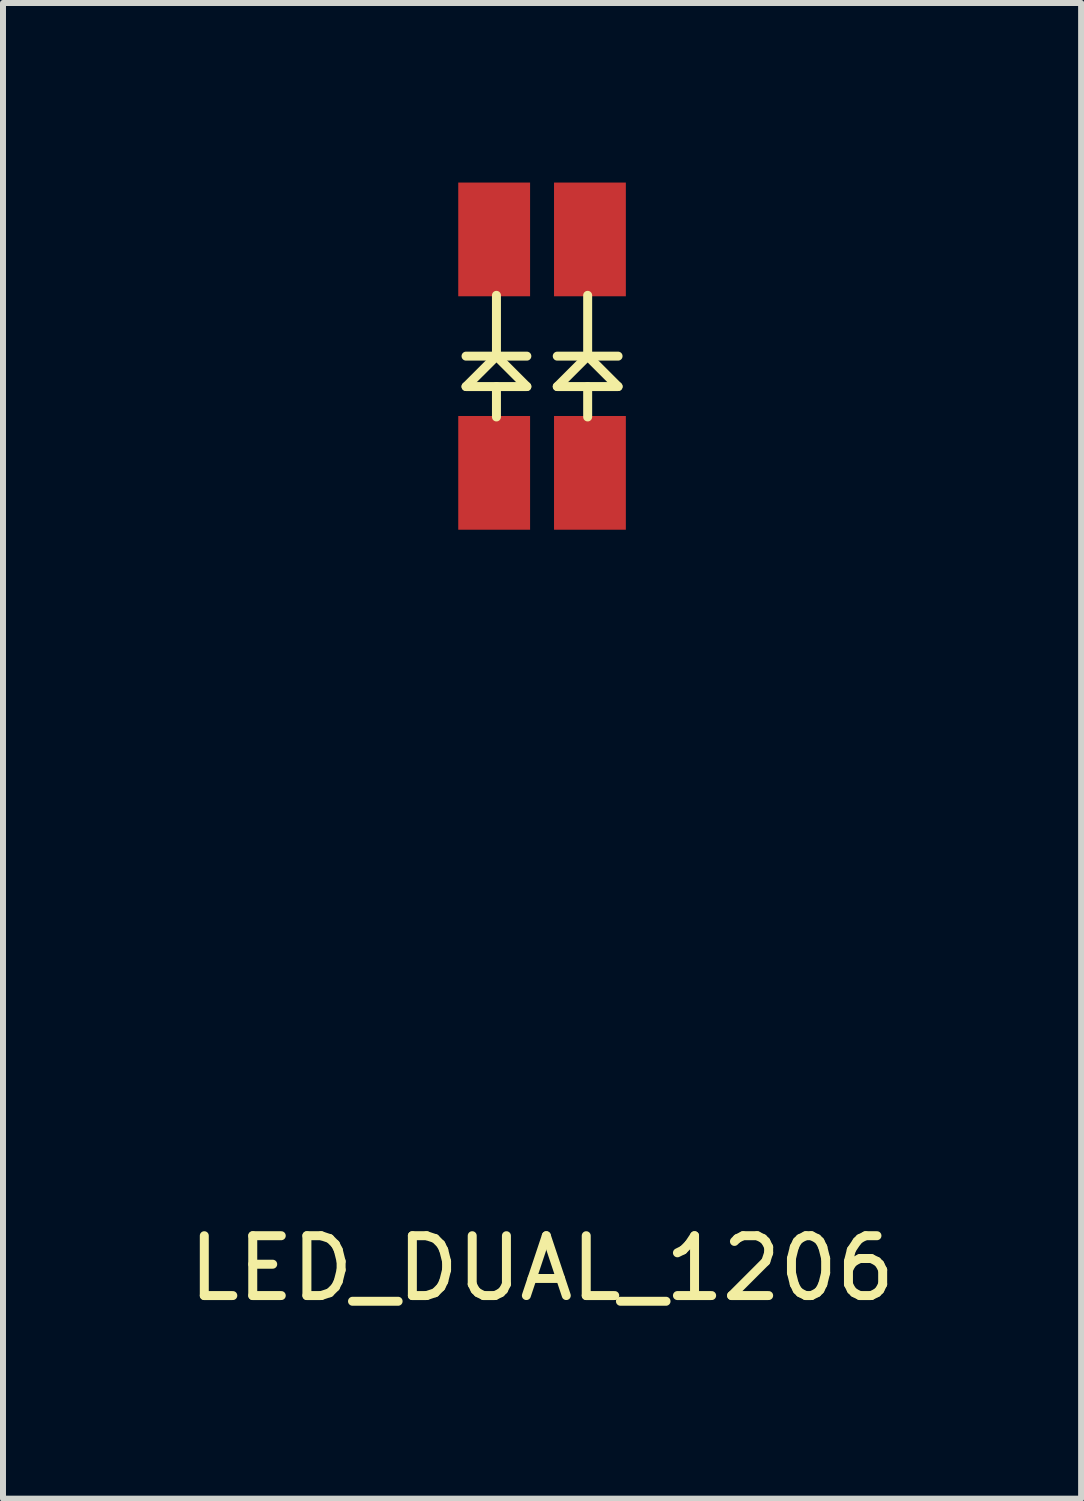
<source format=kicad_pcb>
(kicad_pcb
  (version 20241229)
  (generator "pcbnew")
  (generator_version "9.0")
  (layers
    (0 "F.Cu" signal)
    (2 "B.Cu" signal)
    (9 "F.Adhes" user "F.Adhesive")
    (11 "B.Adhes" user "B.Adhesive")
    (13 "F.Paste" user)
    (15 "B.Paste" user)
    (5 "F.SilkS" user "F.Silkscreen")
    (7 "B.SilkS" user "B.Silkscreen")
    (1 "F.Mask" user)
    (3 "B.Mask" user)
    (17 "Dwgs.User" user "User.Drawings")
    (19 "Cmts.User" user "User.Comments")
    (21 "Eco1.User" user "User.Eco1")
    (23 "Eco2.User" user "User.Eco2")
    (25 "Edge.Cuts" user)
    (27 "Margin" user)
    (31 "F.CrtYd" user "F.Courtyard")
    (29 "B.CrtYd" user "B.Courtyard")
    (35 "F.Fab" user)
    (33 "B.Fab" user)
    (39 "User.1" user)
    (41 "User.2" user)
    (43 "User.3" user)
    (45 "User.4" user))
  (footprint "LED_DUAL_1206"
    (layer "F.Cu")
    (at 6.006 2.9)
    (property "Reference" "LED_DUAL_1206" (at 0 15.24 0) (layer "F.SilkS") (effects (font (size 1 1) (thickness 0.15))))
    (attr through_hole)
    (fp_line (start -1.27 0) (end -0.254 0) (stroke (width 0.15) (type solid)) (layer "F.SilkS"))
    (fp_line (start -1.27 0.508) (end -0.762 0) (stroke (width 0.15) (type solid)) (layer "F.SilkS"))
    (fp_line (start -0.762 0) (end -0.762 -1.016) (stroke (width 0.15) (type solid)) (layer "F.SilkS"))
    (fp_line (start -0.762 0) (end -0.254 0.508) (stroke (width 0.15) (type solid)) (layer "F.SilkS"))
    (fp_line (start -0.762 1.016) (end -0.762 0.508) (stroke (width 0.15) (type solid)) (layer "F.SilkS"))
    (fp_line (start -0.254 0.508) (end -1.27 0.508) (stroke (width 0.15) (type solid)) (layer "F.SilkS"))
    (fp_line (start 0.254 0) (end 1.27 0) (stroke (width 0.15) (type solid)) (layer "F.SilkS"))
    (fp_line (start 0.254 0.508) (end 1.27 0.508) (stroke (width 0.15) (type solid)) (layer "F.SilkS"))
    (fp_line (start 0.762 0) (end 0.254 0.508) (stroke (width 0.15) (type solid)) (layer "F.SilkS"))
    (fp_line (start 0.762 0) (end 0.762 -1.016) (stroke (width 0.15) (type solid)) (layer "F.SilkS"))
    (fp_line (start 0.762 0.508) (end 0.762 1.016) (stroke (width 0.15) (type solid)) (layer "F.SilkS"))
    (fp_line (start 1.27 0.508) (end 0.762 0) (stroke (width 0.15) (type solid)) (layer "F.SilkS"))
    (pad "1" smd rect (at 0.8 -1.95) (size 1.2 1.9) (layers "F.Cu" "F.Mask" "F.Paste"))
    (pad "2" smd rect (at -0.8 -1.95) (size 1.2 1.9) (layers "F.Cu" "F.Mask" "F.Paste"))
    (pad "3" smd rect (at 0.8 1.95) (size 1.2 1.9) (layers "F.Cu" "F.Mask" "F.Paste"))
    (pad "4" smd rect (at -0.8 1.95) (size 1.2 1.9) (layers "F.Cu" "F.Mask" "F.Paste")))
  (gr_rect
    (start -3 -3)
    (end 15.012 21.988)
    (stroke (width 0.1) (type default))
    (fill no)
    (layer "Edge.Cuts")))
</source>
